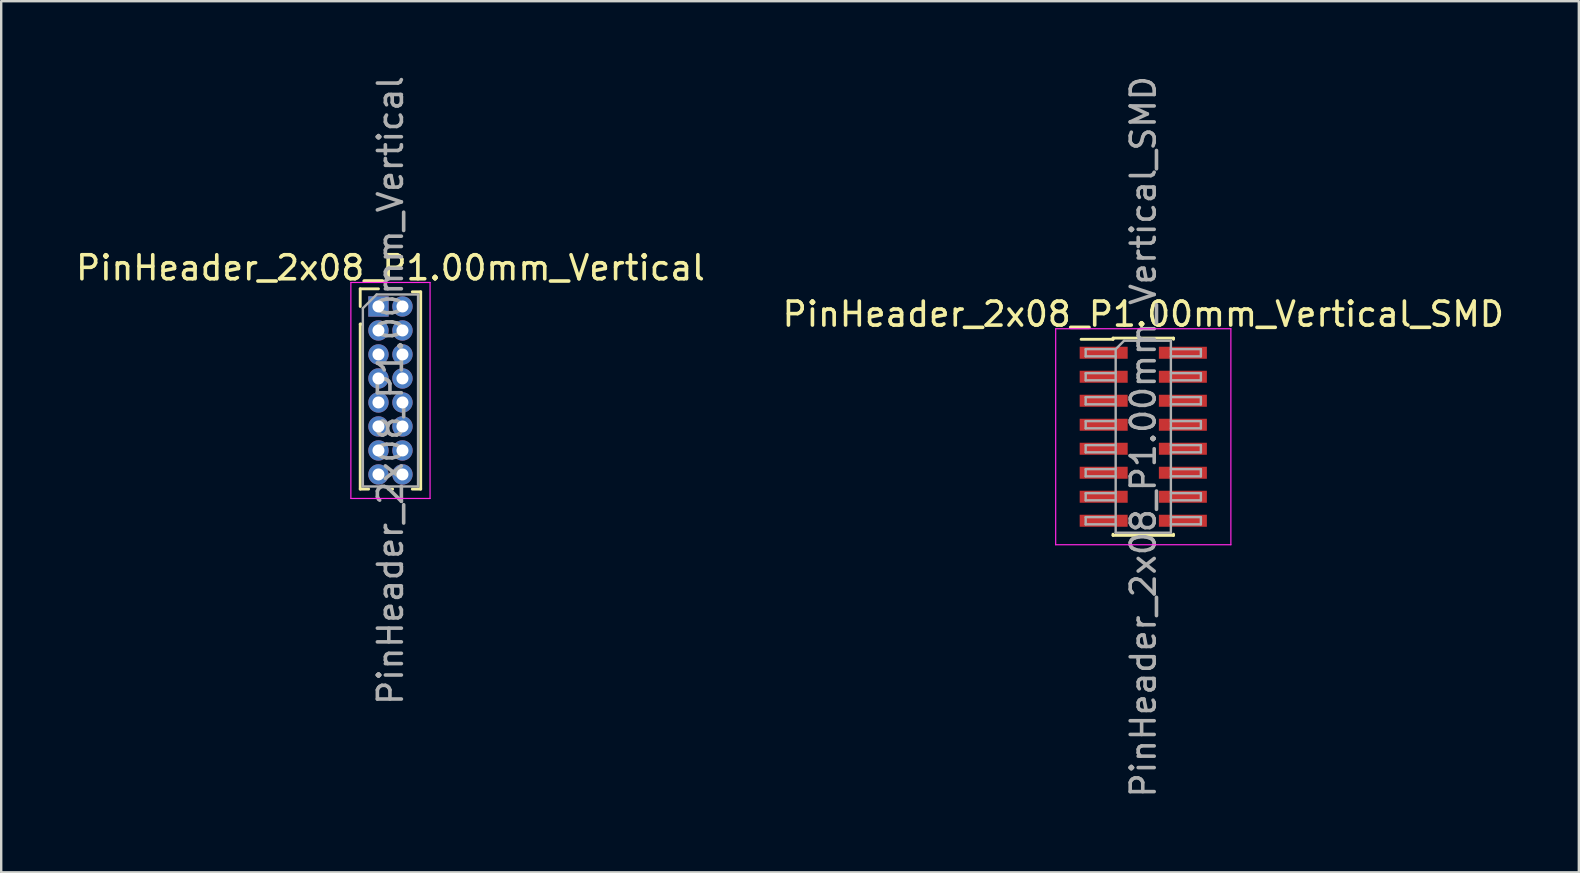
<source format=kicad_pcb>
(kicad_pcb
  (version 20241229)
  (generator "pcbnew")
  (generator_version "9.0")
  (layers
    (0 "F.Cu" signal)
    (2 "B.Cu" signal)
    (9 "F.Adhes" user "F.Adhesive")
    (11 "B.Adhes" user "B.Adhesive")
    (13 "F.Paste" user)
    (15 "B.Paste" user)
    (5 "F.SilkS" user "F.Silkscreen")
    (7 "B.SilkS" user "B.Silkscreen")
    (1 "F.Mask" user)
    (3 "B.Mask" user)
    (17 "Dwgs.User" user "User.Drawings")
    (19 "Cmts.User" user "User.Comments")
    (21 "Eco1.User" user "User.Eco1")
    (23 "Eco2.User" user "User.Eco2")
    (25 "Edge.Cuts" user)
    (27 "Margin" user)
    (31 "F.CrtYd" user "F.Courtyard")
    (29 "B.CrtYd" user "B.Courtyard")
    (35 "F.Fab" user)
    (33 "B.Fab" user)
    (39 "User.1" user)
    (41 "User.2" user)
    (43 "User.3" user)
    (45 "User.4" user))
  (footprint "PinHeader_2x08_P1.00mm_Vertical_SMD"
    (layer "F.Cu")
    (at 44.589 15.149)
    (property "Reference" "PinHeader_2x08_P1.00mm_Vertical_SMD" (at 0 -5.11 0) (layer "F.SilkS") (effects (font (size 1 1) (thickness 0.15))))
    (attr smd)
    (fp_line (start -2.59 -4.06) (end -1.26 -4.06) (stroke (width 0.12) (type solid)) (layer "F.SilkS"))
    (fp_line (start -1.26 -4.11) (end -1.26 -4.06) (stroke (width 0.12) (type solid)) (layer "F.SilkS"))
    (fp_line (start -1.26 -4.11) (end 1.26 -4.11) (stroke (width 0.12) (type solid)) (layer "F.SilkS"))
    (fp_line (start -1.26 4.06) (end -1.26 4.11) (stroke (width 0.12) (type solid)) (layer "F.SilkS"))
    (fp_line (start -1.26 4.11) (end 1.26 4.11) (stroke (width 0.12) (type solid)) (layer "F.SilkS"))
    (fp_line (start 1.26 -4.11) (end 1.26 -4.06) (stroke (width 0.12) (type solid)) (layer "F.SilkS"))
    (fp_line (start 1.26 4.06) (end 1.26 4.11) (stroke (width 0.12) (type solid)) (layer "F.SilkS"))
    (fp_line (start -3.65 -4.5) (end -3.65 4.5) (stroke (width 0.05) (type solid)) (layer "F.CrtYd"))
    (fp_line (start -3.65 4.5) (end 3.65 4.5) (stroke (width 0.05) (type solid)) (layer "F.CrtYd"))
    (fp_line (start 3.65 -4.5) (end -3.65 -4.5) (stroke (width 0.05) (type solid)) (layer "F.CrtYd"))
    (fp_line (start 3.65 4.5) (end 3.65 -4.5) (stroke (width 0.05) (type solid)) (layer "F.CrtYd"))
    (fp_line (start -2.4 -3.65) (end -2.4 -3.35) (stroke (width 0.1) (type solid)) (layer "F.Fab"))
    (fp_line (start -2.4 -3.35) (end -1.15 -3.35) (stroke (width 0.1) (type solid)) (layer "F.Fab"))
    (fp_line (start -2.4 -2.65) (end -2.4 -2.35) (stroke (width 0.1) (type solid)) (layer "F.Fab"))
    (fp_line (start -2.4 -2.35) (end -1.15 -2.35) (stroke (width 0.1) (type solid)) (layer "F.Fab"))
    (fp_line (start -2.4 -1.65) (end -2.4 -1.35) (stroke (width 0.1) (type solid)) (layer "F.Fab"))
    (fp_line (start -2.4 -1.35) (end -1.15 -1.35) (stroke (width 0.1) (type solid)) (layer "F.Fab"))
    (fp_line (start -2.4 -0.65) (end -2.4 -0.35) (stroke (width 0.1) (type solid)) (layer "F.Fab"))
    (fp_line (start -2.4 -0.35) (end -1.15 -0.35) (stroke (width 0.1) (type solid)) (layer "F.Fab"))
    (fp_line (start -2.4 0.35) (end -2.4 0.65) (stroke (width 0.1) (type solid)) (layer "F.Fab"))
    (fp_line (start -2.4 0.65) (end -1.15 0.65) (stroke (width 0.1) (type solid)) (layer "F.Fab"))
    (fp_line (start -2.4 1.35) (end -2.4 1.65) (stroke (width 0.1) (type solid)) (layer "F.Fab"))
    (fp_line (start -2.4 1.65) (end -1.15 1.65) (stroke (width 0.1) (type solid)) (layer "F.Fab"))
    (fp_line (start -2.4 2.35) (end -2.4 2.65) (stroke (width 0.1) (type solid)) (layer "F.Fab"))
    (fp_line (start -2.4 2.65) (end -1.15 2.65) (stroke (width 0.1) (type solid)) (layer "F.Fab"))
    (fp_line (start -2.4 3.35) (end -2.4 3.65) (stroke (width 0.1) (type solid)) (layer "F.Fab"))
    (fp_line (start -2.4 3.65) (end -1.15 3.65) (stroke (width 0.1) (type solid)) (layer "F.Fab"))
    (fp_line (start -1.15 -3.65) (end -2.4 -3.65) (stroke (width 0.1) (type solid)) (layer "F.Fab"))
    (fp_line (start -1.15 -3.65) (end -0.8 -4) (stroke (width 0.1) (type solid)) (layer "F.Fab"))
    (fp_line (start -1.15 -2.65) (end -2.4 -2.65) (stroke (width 0.1) (type solid)) (layer "F.Fab"))
    (fp_line (start -1.15 -1.65) (end -2.4 -1.65) (stroke (width 0.1) (type solid)) (layer "F.Fab"))
    (fp_line (start -1.15 -0.65) (end -2.4 -0.65) (stroke (width 0.1) (type solid)) (layer "F.Fab"))
    (fp_line (start -1.15 0.35) (end -2.4 0.35) (stroke (width 0.1) (type solid)) (layer "F.Fab"))
    (fp_line (start -1.15 1.35) (end -2.4 1.35) (stroke (width 0.1) (type solid)) (layer "F.Fab"))
    (fp_line (start -1.15 2.35) (end -2.4 2.35) (stroke (width 0.1) (type solid)) (layer "F.Fab"))
    (fp_line (start -1.15 3.35) (end -2.4 3.35) (stroke (width 0.1) (type solid)) (layer "F.Fab"))
    (fp_line (start -1.15 4) (end -1.15 -3.65) (stroke (width 0.1) (type solid)) (layer "F.Fab"))
    (fp_line (start -0.8 -4) (end 1.15 -4) (stroke (width 0.1) (type solid)) (layer "F.Fab"))
    (fp_line (start 1.15 -4) (end 1.15 4) (stroke (width 0.1) (type solid)) (layer "F.Fab"))
    (fp_line (start 1.15 -3.65) (end 2.4 -3.65) (stroke (width 0.1) (type solid)) (layer "F.Fab"))
    (fp_line (start 1.15 -2.65) (end 2.4 -2.65) (stroke (width 0.1) (type solid)) (layer "F.Fab"))
    (fp_line (start 1.15 -1.65) (end 2.4 -1.65) (stroke (width 0.1) (type solid)) (layer "F.Fab"))
    (fp_line (start 1.15 -0.65) (end 2.4 -0.65) (stroke (width 0.1) (type solid)) (layer "F.Fab"))
    (fp_line (start 1.15 0.35) (end 2.4 0.35) (stroke (width 0.1) (type solid)) (layer "F.Fab"))
    (fp_line (start 1.15 1.35) (end 2.4 1.35) (stroke (width 0.1) (type solid)) (layer "F.Fab"))
    (fp_line (start 1.15 2.35) (end 2.4 2.35) (stroke (width 0.1) (type solid)) (layer "F.Fab"))
    (fp_line (start 1.15 3.35) (end 2.4 3.35) (stroke (width 0.1) (type solid)) (layer "F.Fab"))
    (fp_line (start 1.15 4) (end -1.15 4) (stroke (width 0.1) (type solid)) (layer "F.Fab"))
    (fp_line (start 2.4 -3.65) (end 2.4 -3.35) (stroke (width 0.1) (type solid)) (layer "F.Fab"))
    (fp_line (start 2.4 -3.35) (end 1.15 -3.35) (stroke (width 0.1) (type solid)) (layer "F.Fab"))
    (fp_line (start 2.4 -2.65) (end 2.4 -2.35) (stroke (width 0.1) (type solid)) (layer "F.Fab"))
    (fp_line (start 2.4 -2.35) (end 1.15 -2.35) (stroke (width 0.1) (type solid)) (layer "F.Fab"))
    (fp_line (start 2.4 -1.65) (end 2.4 -1.35) (stroke (width 0.1) (type solid)) (layer "F.Fab"))
    (fp_line (start 2.4 -1.35) (end 1.15 -1.35) (stroke (width 0.1) (type solid)) (layer "F.Fab"))
    (fp_line (start 2.4 -0.65) (end 2.4 -0.35) (stroke (width 0.1) (type solid)) (layer "F.Fab"))
    (fp_line (start 2.4 -0.35) (end 1.15 -0.35) (stroke (width 0.1) (type solid)) (layer "F.Fab"))
    (fp_line (start 2.4 0.35) (end 2.4 0.65) (stroke (width 0.1) (type solid)) (layer "F.Fab"))
    (fp_line (start 2.4 0.65) (end 1.15 0.65) (stroke (width 0.1) (type solid)) (layer "F.Fab"))
    (fp_line (start 2.4 1.35) (end 2.4 1.65) (stroke (width 0.1) (type solid)) (layer "F.Fab"))
    (fp_line (start 2.4 1.65) (end 1.15 1.65) (stroke (width 0.1) (type solid)) (layer "F.Fab"))
    (fp_line (start 2.4 2.35) (end 2.4 2.65) (stroke (width 0.1) (type solid)) (layer "F.Fab"))
    (fp_line (start 2.4 2.65) (end 1.15 2.65) (stroke (width 0.1) (type solid)) (layer "F.Fab"))
    (fp_line (start 2.4 3.35) (end 2.4 3.65) (stroke (width 0.1) (type solid)) (layer "F.Fab"))
    (fp_line (start 2.4 3.65) (end 1.15 3.65) (stroke (width 0.1) (type solid)) (layer "F.Fab"))
    (fp_text user "${REFERENCE}" (at 0 0 90) (layer "F.Fab") (effects (font (size 1 1) (thickness 0.15))))
    (pad "1" smd rect (at -1.65 -3.5) (size 2 0.5) (layers "F.Cu" "F.Mask" "F.Paste"))
    (pad "2" smd rect (at 1.65 -3.5) (size 2 0.5) (layers "F.Cu" "F.Mask" "F.Paste"))
    (pad "3" smd rect (at -1.65 -2.5) (size 2 0.5) (layers "F.Cu" "F.Mask" "F.Paste"))
    (pad "4" smd rect (at 1.65 -2.5) (size 2 0.5) (layers "F.Cu" "F.Mask" "F.Paste"))
    (pad "5" smd rect (at -1.65 -1.5) (size 2 0.5) (layers "F.Cu" "F.Mask" "F.Paste"))
    (pad "6" smd rect (at 1.65 -1.5) (size 2 0.5) (layers "F.Cu" "F.Mask" "F.Paste"))
    (pad "7" smd rect (at -1.65 -0.5) (size 2 0.5) (layers "F.Cu" "F.Mask" "F.Paste"))
    (pad "8" smd rect (at 1.65 -0.5) (size 2 0.5) (layers "F.Cu" "F.Mask" "F.Paste"))
    (pad "9" smd rect (at -1.65 0.5) (size 2 0.5) (layers "F.Cu" "F.Mask" "F.Paste"))
    (pad "10" smd rect (at 1.65 0.5) (size 2 0.5) (layers "F.Cu" "F.Mask" "F.Paste"))
    (pad "11" smd rect (at -1.65 1.5) (size 2 0.5) (layers "F.Cu" "F.Mask" "F.Paste"))
    (pad "12" smd rect (at 1.65 1.5) (size 2 0.5) (layers "F.Cu" "F.Mask" "F.Paste"))
    (pad "13" smd rect (at -1.65 2.5) (size 2 0.5) (layers "F.Cu" "F.Mask" "F.Paste"))
    (pad "14" smd rect (at 1.65 2.5) (size 2 0.5) (layers "F.Cu" "F.Mask" "F.Paste"))
    (pad "15" smd rect (at -1.65 3.5) (size 2 0.5) (layers "F.Cu" "F.Mask" "F.Paste"))
    (pad "16" smd rect (at 1.65 3.5) (size 2 0.5) (layers "F.Cu" "F.Mask" "F.Paste")))
  (footprint "PinHeader_2x08_P1.00mm_Vertical"
    (layer "F.Cu")
    (at 12.72 9.72)
    (property "Reference" "PinHeader_2x08_P1.00mm_Vertical" (at 0.5 -1.61 0) (layer "F.SilkS") (effects (font (size 1 1) (thickness 0.15))))
    (attr through_hole)
    (fp_line (start -0.76 -0.735) (end 0 -0.735) (stroke (width 0.12) (type solid)) (layer "F.SilkS"))
    (fp_line (start -0.76 0) (end -0.76 -0.735) (stroke (width 0.12) (type solid)) (layer "F.SilkS"))
    (fp_line (start -0.76 0.735) (end -0.76 7.61) (stroke (width 0.12) (type solid)) (layer "F.SilkS"))
    (fp_line (start -0.76 0.735) (end -0.686 0.735) (stroke (width 0.12) (type solid)) (layer "F.SilkS"))
    (fp_line (start -0.76 7.61) (end -0.41 7.61) (stroke (width 0.12) (type solid)) (layer "F.SilkS"))
    (fp_line (start 0.41 7.61) (end 0.59 7.61) (stroke (width 0.12) (type solid)) (layer "F.SilkS"))
    (fp_line (start 1.41 -0.61) (end 1.76 -0.61) (stroke (width 0.12) (type solid)) (layer "F.SilkS"))
    (fp_line (start 1.41 7.61) (end 1.76 7.61) (stroke (width 0.12) (type solid)) (layer "F.SilkS"))
    (fp_line (start 1.76 -0.61) (end 1.76 7.61) (stroke (width 0.12) (type solid)) (layer "F.SilkS"))
    (fp_line (start -1.15 -1) (end -1.15 8) (stroke (width 0.05) (type solid)) (layer "F.CrtYd"))
    (fp_line (start -1.15 8) (end 2.15 8) (stroke (width 0.05) (type solid)) (layer "F.CrtYd"))
    (fp_line (start 2.15 -1) (end -1.15 -1) (stroke (width 0.05) (type solid)) (layer "F.CrtYd"))
    (fp_line (start 2.15 8) (end 2.15 -1) (stroke (width 0.05) (type solid)) (layer "F.CrtYd"))
    (fp_line (start -0.65 0.075) (end -0.075 -0.5) (stroke (width 0.1) (type solid)) (layer "F.Fab"))
    (fp_line (start -0.65 7.5) (end -0.65 0.075) (stroke (width 0.1) (type solid)) (layer "F.Fab"))
    (fp_line (start -0.075 -0.5) (end 1.65 -0.5) (stroke (width 0.1) (type solid)) (layer "F.Fab"))
    (fp_line (start 1.65 -0.5) (end 1.65 7.5) (stroke (width 0.1) (type solid)) (layer "F.Fab"))
    (fp_line (start 1.65 7.5) (end -0.65 7.5) (stroke (width 0.1) (type solid)) (layer "F.Fab"))
    (fp_text user "${REFERENCE}" (at 0.5 3.5 90) (layer "F.Fab") (effects (font (size 1 1) (thickness 0.15))))
    (pad "1" thru_hole rect (at 0 0) (size 0.85 0.85) (drill 0.5) (layers "*.Cu" "*.Mask"))
    (pad "2" thru_hole circle (at 1 0) (size 0.85 0.85) (drill 0.5) (layers "*.Cu" "*.Mask"))
    (pad "3" thru_hole circle (at 0 1) (size 0.85 0.85) (drill 0.5) (layers "*.Cu" "*.Mask"))
    (pad "4" thru_hole circle (at 1 1) (size 0.85 0.85) (drill 0.5) (layers "*.Cu" "*.Mask"))
    (pad "5" thru_hole circle (at 0 2) (size 0.85 0.85) (drill 0.5) (layers "*.Cu" "*.Mask"))
    (pad "6" thru_hole circle (at 1 2) (size 0.85 0.85) (drill 0.5) (layers "*.Cu" "*.Mask"))
    (pad "7" thru_hole circle (at 0 3) (size 0.85 0.85) (drill 0.5) (layers "*.Cu" "*.Mask"))
    (pad "8" thru_hole circle (at 1 3) (size 0.85 0.85) (drill 0.5) (layers "*.Cu" "*.Mask"))
    (pad "9" thru_hole circle (at 0 4) (size 0.85 0.85) (drill 0.5) (layers "*.Cu" "*.Mask"))
    (pad "10" thru_hole circle (at 1 4) (size 0.85 0.85) (drill 0.5) (layers "*.Cu" "*.Mask"))
    (pad "11" thru_hole circle (at 0 5) (size 0.85 0.85) (drill 0.5) (layers "*.Cu" "*.Mask"))
    (pad "12" thru_hole circle (at 1 5) (size 0.85 0.85) (drill 0.5) (layers "*.Cu" "*.Mask"))
    (pad "13" thru_hole circle (at 0 6) (size 0.85 0.85) (drill 0.5) (layers "*.Cu" "*.Mask"))
    (pad "14" thru_hole circle (at 1 6) (size 0.85 0.85) (drill 0.5) (layers "*.Cu" "*.Mask"))
    (pad "15" thru_hole circle (at 0 7) (size 0.85 0.85) (drill 0.5) (layers "*.Cu" "*.Mask"))
    (pad "16" thru_hole circle (at 1 7) (size 0.85 0.85) (drill 0.5) (layers "*.Cu" "*.Mask")))
  (gr_rect
    (start -3 -3)
    (end 62.738 33.298)
    (stroke (width 0.1) (type default))
    (fill no)
    (layer "Edge.Cuts")))
</source>
